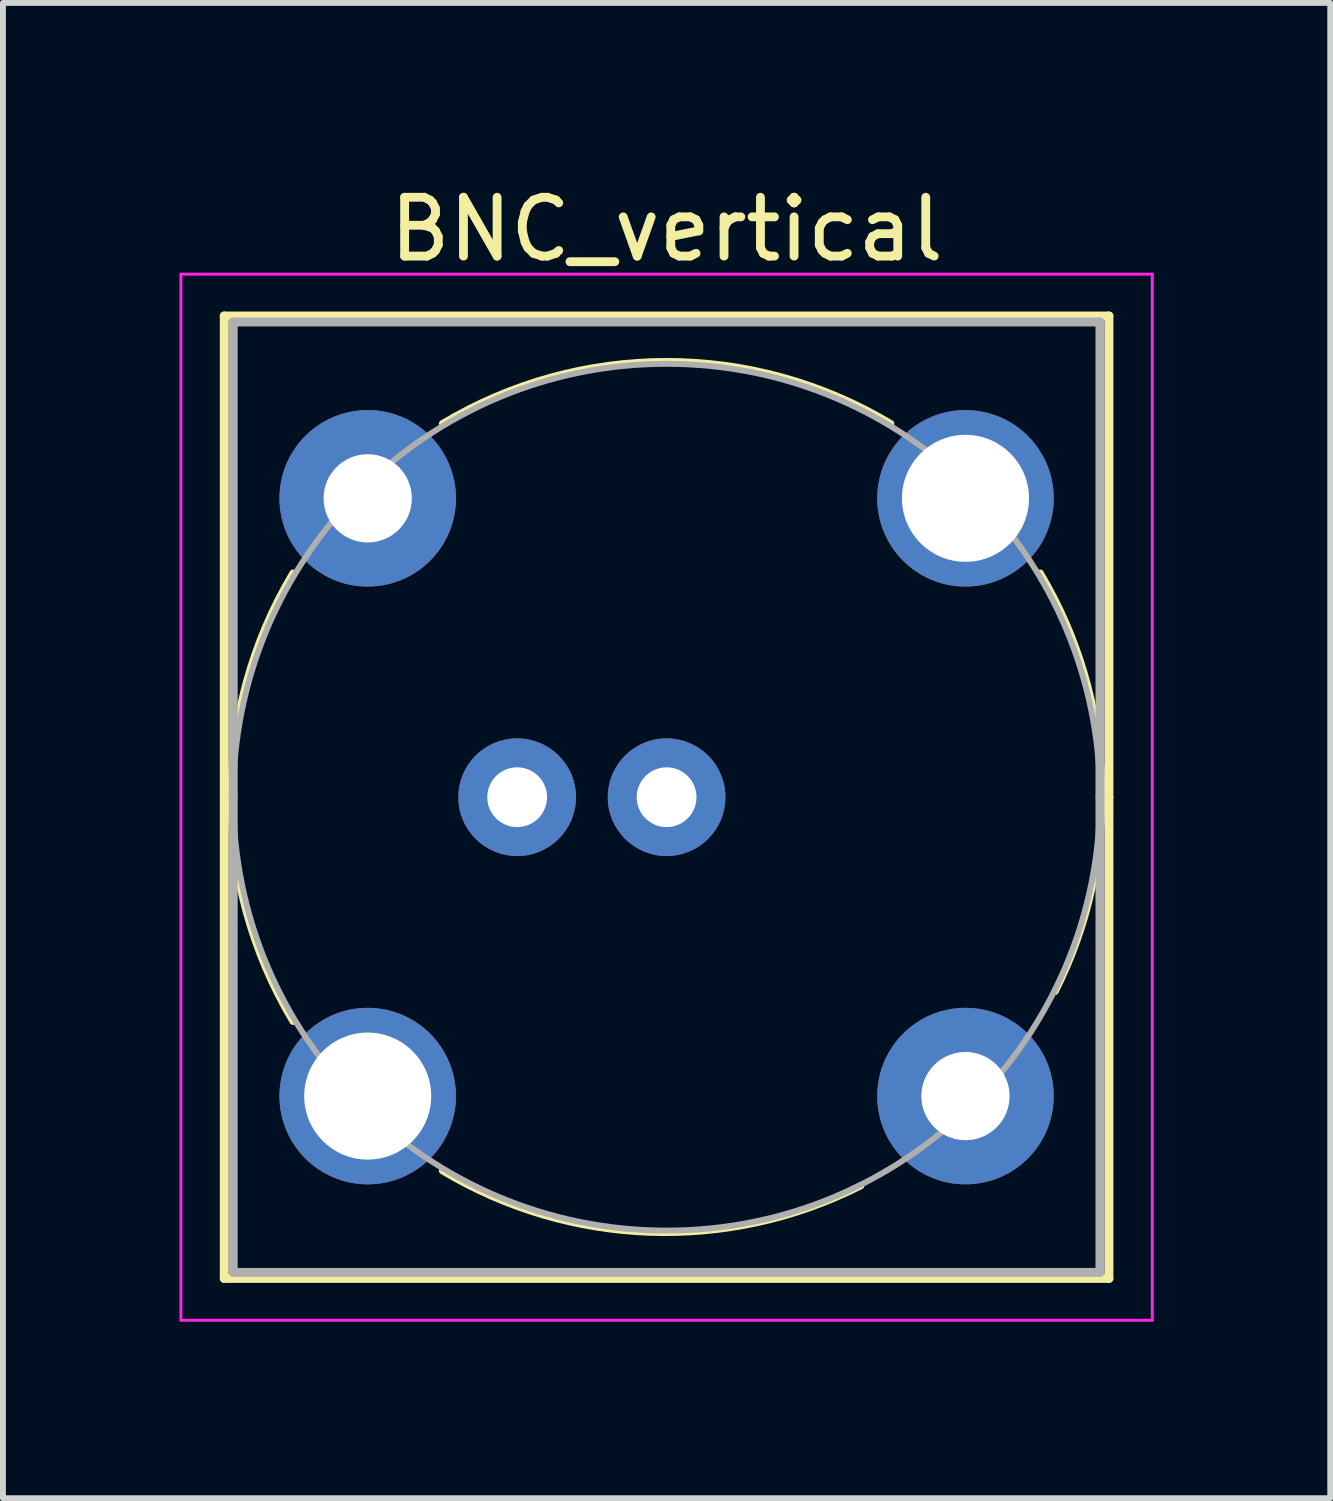
<source format=kicad_pcb>
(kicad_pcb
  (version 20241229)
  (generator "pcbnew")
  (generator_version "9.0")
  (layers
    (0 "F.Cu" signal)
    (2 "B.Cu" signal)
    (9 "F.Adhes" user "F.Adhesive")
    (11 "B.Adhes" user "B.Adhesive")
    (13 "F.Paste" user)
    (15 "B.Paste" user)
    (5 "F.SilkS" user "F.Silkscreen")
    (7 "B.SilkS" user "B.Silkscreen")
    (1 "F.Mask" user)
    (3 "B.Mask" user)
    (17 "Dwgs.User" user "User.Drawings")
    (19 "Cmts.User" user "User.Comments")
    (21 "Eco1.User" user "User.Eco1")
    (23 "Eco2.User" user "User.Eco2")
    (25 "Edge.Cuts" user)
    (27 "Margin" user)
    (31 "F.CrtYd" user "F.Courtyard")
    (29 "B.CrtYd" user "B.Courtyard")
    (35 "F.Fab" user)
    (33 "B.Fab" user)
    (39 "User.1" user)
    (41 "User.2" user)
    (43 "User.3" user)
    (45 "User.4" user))
  (footprint "BNC_vertical"
    (layer "F.Cu")
    (at 8.28 10.5)
    (property "Reference" "BNC_vertical" (at 0 -9.652 0) (layer "F.SilkS") (effects (font (size 1 1) (thickness 0.15))))
    (attr through_hole)
    (fp_line (start -7.518 -8.179) (end -7.518 8.179) (stroke (width 0.152) (type solid)) (layer "F.SilkS"))
    (fp_line (start -7.518 8.179) (end 7.518 8.179) (stroke (width 0.152) (type solid)) (layer "F.SilkS"))
    (fp_line (start 7.518 -8.179) (end -7.518 -8.179) (stroke (width 0.152) (type solid)) (layer "F.SilkS"))
    (fp_line (start 7.518 0) (end 7.518 -8.179) (stroke (width 0.152) (type solid)) (layer "F.SilkS"))
    (fp_line (start 7.518 8.179) (end 7.518 0) (stroke (width 0.152) (type solid)) (layer "F.SilkS"))
    (fp_arc (start -6.349999 3.81) (mid -7.405308 0) (end -6.349999 -3.81) (stroke (width 0.12) (type solid)) (layer "F.SilkS"))
    (fp_arc (start -3.81 -6.349999) (mid 0 -7.405308) (end 3.81 -6.349999) (stroke (width 0.12) (type solid)) (layer "F.SilkS"))
    (fp_arc (start 3.302 6.604) (mid -0.286748 7.393943) (end -3.81 6.35) (stroke (width 0.12) (type solid)) (layer "F.SilkS"))
    (fp_arc (start 6.349999 -3.81) (mid 7.393941 -0.286748) (end 6.604 3.302) (stroke (width 0.12) (type solid)) (layer "F.SilkS"))
    (fp_line (start -8.255 -8.89) (end -8.255 8.89) (stroke (width 0.05) (type solid)) (layer "F.CrtYd"))
    (fp_line (start -8.255 8.89) (end 8.255 8.89) (stroke (width 0.05) (type solid)) (layer "F.CrtYd"))
    (fp_line (start 8.255 -8.89) (end -8.255 -8.89) (stroke (width 0.05) (type solid)) (layer "F.CrtYd"))
    (fp_line (start 8.255 8.89) (end 8.255 -8.89) (stroke (width 0.05) (type solid)) (layer "F.CrtYd"))
    (fp_line (start -7.366 -8.077) (end -7.366 0) (stroke (width 0.152) (type solid)) (layer "F.Fab"))
    (fp_line (start -7.366 0) (end -7.366 8.077) (stroke (width 0.152) (type solid)) (layer "F.Fab"))
    (fp_line (start -7.366 8.077) (end 7.366 8.077) (stroke (width 0.152) (type solid)) (layer "F.Fab"))
    (fp_line (start 7.366 -8.077) (end -7.366 -8.077) (stroke (width 0.152) (type solid)) (layer "F.Fab"))
    (fp_line (start 7.366 0) (end 7.366 -8.077) (stroke (width 0.152) (type solid)) (layer "F.Fab"))
    (fp_line (start 7.366 8.077) (end 7.366 0) (stroke (width 0.152) (type solid)) (layer "F.Fab"))
    (fp_arc (start -7.366 0) (mid 0 -7.366) (end 7.366 0) (stroke (width 0.1) (type solid)) (layer "F.Fab"))
    (fp_arc (start 7.366 0) (mid 0 7.366) (end -7.366 0) (stroke (width 0.1) (type solid)) (layer "F.Fab"))
    (pad "1" thru_hole circle (at 0 0) (size 2 2) (drill 1.016) (layers "*.Cu" "*.Mask"))
    (pad "2" thru_hole circle (at -5.08 -5.08) (size 3 3) (drill 1.5) (layers "*.Cu" "*.Mask"))
    (pad "2" thru_hole circle (at -5.08 5.08) (size 3 3) (drill 2.159) (layers "*.Cu" "*.Mask"))
    (pad "2" thru_hole circle (at -2.54 0) (size 2 2) (drill 1.016) (layers "*.Cu" "*.Mask"))
    (pad "2" thru_hole circle (at 5.08 -5.08) (size 3 3) (drill 2.159) (layers "*.Cu" "*.Mask"))
    (pad "2" thru_hole circle (at 5.08 5.08) (size 3 3) (drill 1.5) (layers "*.Cu" "*.Mask")))
  (gr_rect
    (start -3 -3)
    (end 19.56 22.415)
    (stroke (width 0.1) (type default))
    (fill no)
    (layer "Edge.Cuts")))
</source>
